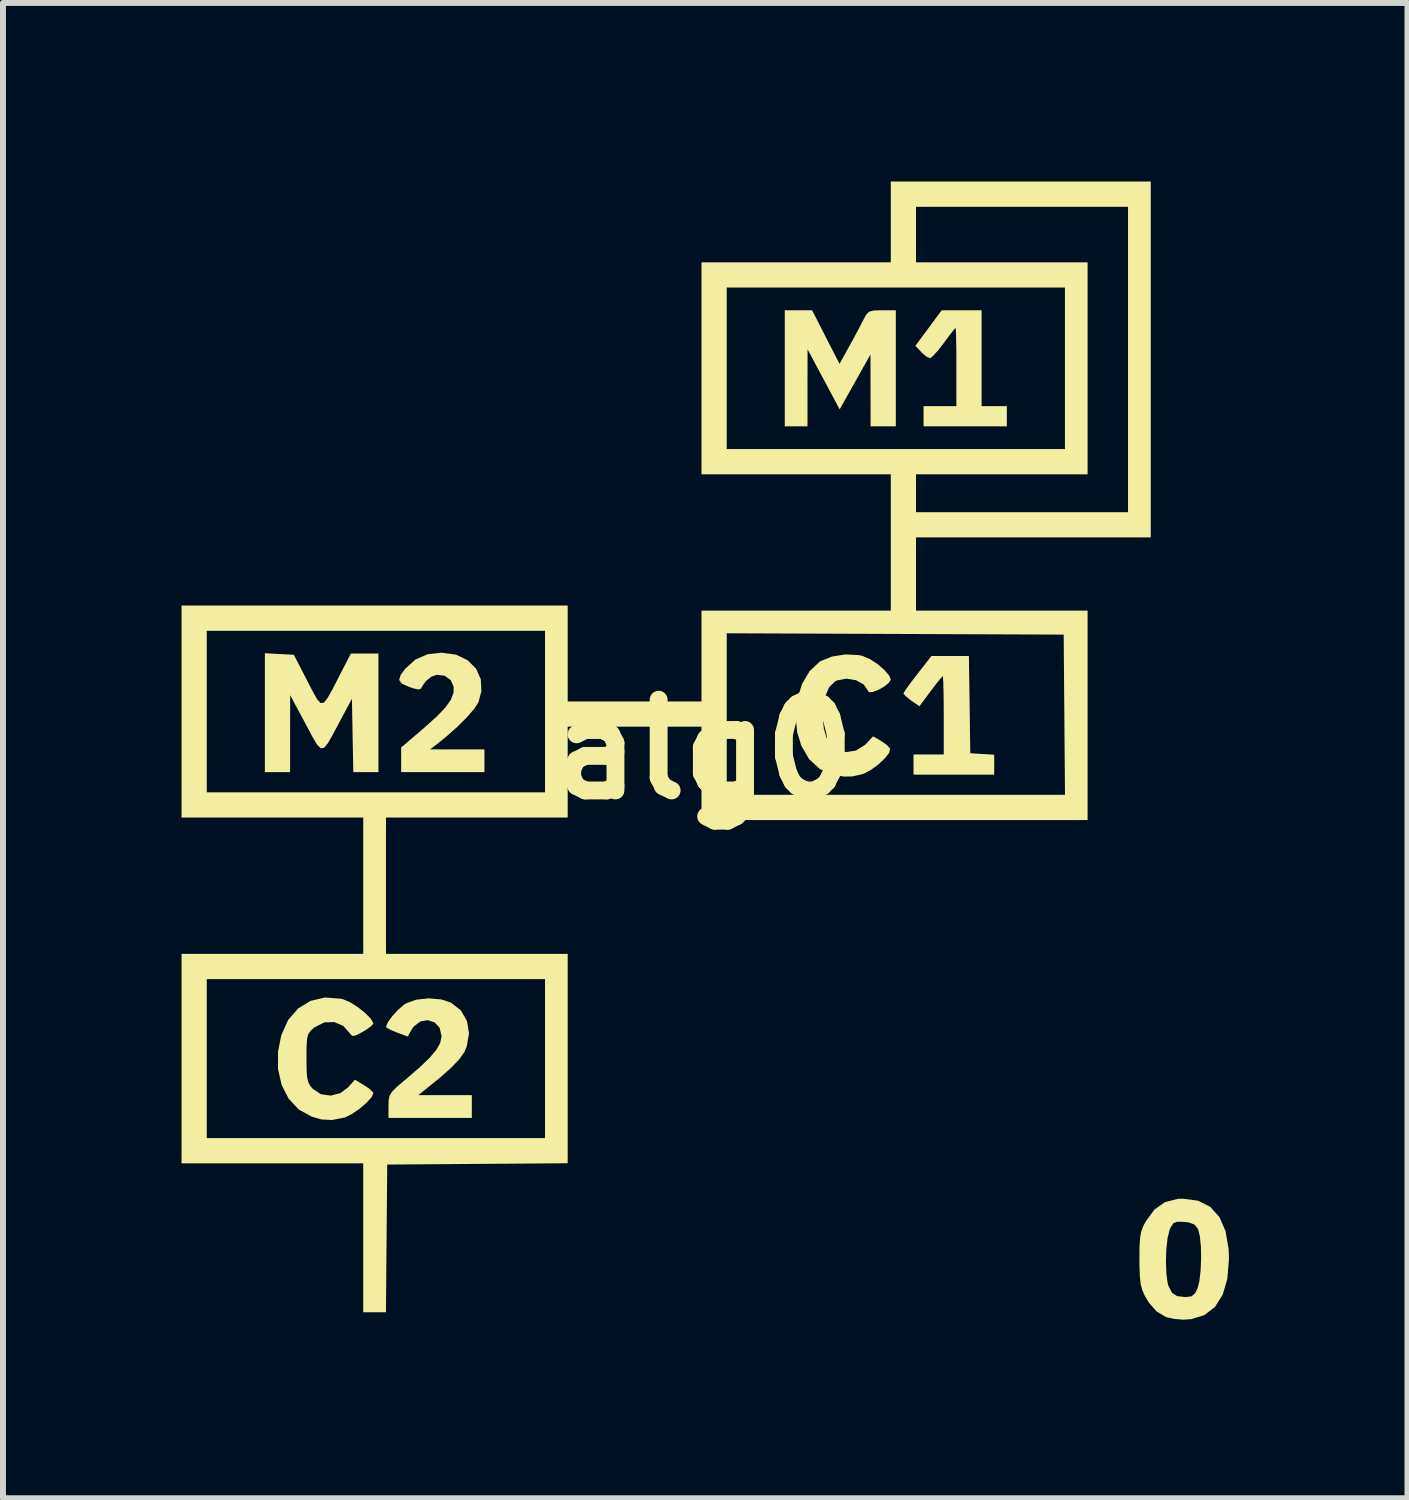
<source format=kicad_pcb>
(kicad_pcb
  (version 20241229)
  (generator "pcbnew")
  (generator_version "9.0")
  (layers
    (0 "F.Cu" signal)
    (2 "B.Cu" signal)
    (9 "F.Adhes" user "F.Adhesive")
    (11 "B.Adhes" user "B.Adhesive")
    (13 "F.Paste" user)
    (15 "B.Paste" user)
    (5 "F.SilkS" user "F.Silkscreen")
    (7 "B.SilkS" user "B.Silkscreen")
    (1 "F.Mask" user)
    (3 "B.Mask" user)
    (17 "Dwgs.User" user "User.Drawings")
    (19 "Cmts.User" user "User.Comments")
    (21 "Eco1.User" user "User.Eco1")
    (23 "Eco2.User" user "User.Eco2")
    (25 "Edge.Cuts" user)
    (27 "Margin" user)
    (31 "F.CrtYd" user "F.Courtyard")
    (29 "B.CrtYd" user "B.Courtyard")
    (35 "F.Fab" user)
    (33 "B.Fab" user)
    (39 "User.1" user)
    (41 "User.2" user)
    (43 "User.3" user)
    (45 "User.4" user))
  (footprint "alg0"
    (layer "F.Cu")
    (at 8.778 9.541)
    (property "Reference" "alg0" (at 0 0 0) (layer "F.SilkS") (effects (font (size 1.524 1.524) (thickness 0.3))))
    (attr board_only exclude_from_pos_files exclude_from_bom)
    (fp_poly (pts (xy 2.046 -6.928) (xy 2.277 -6.478) (xy 2.427 -6.748) (xy 2.518 -6.914) (xy 2.607 -7.081) (xy 2.667 -7.198) (xy 2.723 -7.301) (xy 2.775 -7.355) (xy 2.853 -7.375) (xy 2.986 -7.378) (xy 3.223 -7.378) (xy 3.223 -5.428) (xy 2.799 -5.428) (xy 2.798 -6.032) (xy 2.797 -6.636) (xy 2.538 -6.174) (xy 2.279 -5.713) (xy 2.01 -6.217) (xy 1.74 -6.721) (xy 1.739 -6.074) (xy 1.739 -5.428) (xy 1.357 -5.428) (xy 1.357 -7.378) (xy 1.816 -7.378)) (stroke (width 0) (type solid)) (fill yes) (layer "F.SilkS"))
    (fp_poly (pts (xy 4.664 -5.767) (xy 5.088 -5.767) (xy 5.088 -5.428) (xy 3.689 -5.428) (xy 3.689 -5.767) (xy 4.24 -5.767) (xy 4.24 -6.424) (xy 4.24 -6.649) (xy 4.237 -6.841) (xy 4.234 -6.986) (xy 4.229 -7.068) (xy 4.227 -7.081) (xy 4.197 -7.05) (xy 4.131 -6.966) (xy 4.043 -6.847) (xy 4.028 -6.827) (xy 3.933 -6.704) (xy 3.851 -6.613) (xy 3.799 -6.573) (xy 3.795 -6.573) (xy 3.735 -6.601) (xy 3.655 -6.67) (xy 3.649 -6.677) (xy 3.551 -6.781) (xy 3.772 -7.079) (xy 3.994 -7.378) (xy 4.664 -7.378)) (stroke (width 0) (type solid)) (fill yes) (layer "F.SilkS"))
    (fp_poly (pts (xy 4.474 0.064) (xy 4.675 0.077) (xy 4.876 0.089) (xy 4.876 0.424) (xy 3.52 0.424) (xy 3.52 0.085) (xy 4.028 0.085) (xy 4.028 -0.572) (xy 4.027 -0.798) (xy 4.024 -0.99) (xy 4.02 -1.134) (xy 4.015 -1.216) (xy 4.011 -1.23) (xy 3.98 -1.198) (xy 3.912 -1.115) (xy 3.822 -0.997) (xy 3.807 -0.977) (xy 3.619 -0.725) (xy 3.485 -0.818) (xy 3.399 -0.885) (xy 3.353 -0.933) (xy 3.351 -0.939) (xy 3.375 -0.983) (xy 3.44 -1.076) (xy 3.535 -1.202) (xy 3.586 -1.268) (xy 3.821 -1.569) (xy 4.451 -1.569)) (stroke (width 0) (type solid)) (fill yes) (layer "F.SilkS"))
    (fp_poly (pts (xy -6.891 -1.59) (xy -6.663 -1.148) (xy -6.567 -0.962) (xy -6.497 -0.838) (xy -6.441 -0.779) (xy -6.388 -0.785) (xy -6.327 -0.86) (xy -6.246 -1.003) (xy -6.135 -1.219) (xy -6.126 -1.237) (xy -5.933 -1.611) (xy -5.47 -1.611) (xy -5.47 0.382) (xy -5.892 0.382) (xy -5.904 -0.234) (xy -5.915 -0.851) (xy -6.115 -0.478) (xy -6.232 -0.257) (xy -6.317 -0.107) (xy -6.382 -0.028) (xy -6.438 -0.018) (xy -6.498 -0.076) (xy -6.573 -0.201) (xy -6.675 -0.393) (xy -6.693 -0.427) (xy -6.953 -0.912) (xy -6.954 -0.265) (xy -6.954 0.382) (xy -7.378 0.382) (xy -7.378 -1.616)) (stroke (width 0) (type solid)) (fill yes) (layer "F.SilkS"))
    (fp_poly (pts (xy -4.166 -1.592) (xy -3.972 -1.499) (xy -3.83 -1.358) (xy -3.75 -1.179) (xy -3.74 -0.975) (xy -3.789 -0.794) (xy -3.857 -0.686) (xy -3.98 -0.544) (xy -4.142 -0.382) (xy -4.329 -0.216) (xy -4.452 -0.116) (xy -4.601 -0.001) (xy -3.689 0) (xy -3.689 0.382) (xy -5.088 0.382) (xy -5.088 -0.032) (xy -4.706 -0.359) (xy -4.494 -0.549) (xy -4.345 -0.704) (xy -4.253 -0.834) (xy -4.209 -0.95) (xy -4.206 -1.052) (xy -4.256 -1.166) (xy -4.359 -1.238) (xy -4.486 -1.254) (xy -4.577 -1.224) (xy -4.672 -1.149) (xy -4.725 -1.075) (xy -4.755 -1.022) (xy -4.797 -1.007) (xy -4.879 -1.025) (xy -4.948 -1.048) (xy -5.073 -1.103) (xy -5.122 -1.166) (xy -5.096 -1.252) (xy -5.02 -1.355) (xy -4.846 -1.512) (xy -4.642 -1.6) (xy -4.405 -1.625)) (stroke (width 0) (type solid)) (fill yes) (layer "F.SilkS"))
    (fp_poly (pts (xy -4.416 4.2) (xy -4.249 4.255) (xy -4.084 4.387) (xy -3.982 4.563) (xy -3.948 4.768) (xy -3.985 4.987) (xy -4.028 5.088) (xy -4.109 5.202) (xy -4.245 5.346) (xy -4.42 5.502) (xy -4.457 5.532) (xy -4.8 5.809) (xy -3.901 5.809) (xy -3.901 6.191) (xy -5.301 6.191) (xy -5.301 5.987) (xy -5.298 5.889) (xy -5.282 5.816) (xy -5.239 5.748) (xy -5.158 5.667) (xy -5.025 5.554) (xy -5.003 5.537) (xy -4.773 5.338) (xy -4.606 5.177) (xy -4.495 5.044) (xy -4.432 4.93) (xy -4.41 4.826) (xy -4.41 4.814) (xy -4.443 4.675) (xy -4.527 4.586) (xy -4.641 4.549) (xy -4.764 4.57) (xy -4.874 4.653) (xy -4.909 4.703) (xy -4.978 4.824) (xy -5.161 4.756) (xy -5.269 4.711) (xy -5.334 4.673) (xy -5.343 4.662) (xy -5.314 4.587) (xy -5.24 4.484) (xy -5.142 4.377) (xy -5.042 4.29) (xy -5.009 4.268) (xy -4.837 4.205) (xy -4.627 4.182)) (stroke (width 0) (type solid)) (fill yes) (layer "F.SilkS"))
    (fp_poly (pts (xy 2.601 -1.585) (xy 2.666 -1.57) (xy 2.788 -1.518) (xy 2.918 -1.432) (xy 3.034 -1.332) (xy 3.114 -1.236) (xy 3.138 -1.173) (xy 3.106 -1.119) (xy 3.029 -1.057) (xy 2.931 -1.001) (xy 2.838 -0.965) (xy 2.775 -0.961) (xy 2.764 -0.973) (xy 2.685 -1.089) (xy 2.553 -1.163) (xy 2.395 -1.189) (xy 2.235 -1.159) (xy 2.199 -1.141) (xy 2.103 -1.046) (xy 2.034 -0.886) (xy 1.997 -0.679) (xy 1.993 -0.572) (xy 2.013 -0.349) (xy 2.068 -0.165) (xy 2.152 -0.038) (xy 2.199 -0.003) (xy 2.374 0.046) (xy 2.552 0.02) (xy 2.706 -0.077) (xy 2.718 -0.089) (xy 2.84 -0.22) (xy 2.975 -0.142) (xy 3.069 -0.076) (xy 3.125 -0.016) (xy 3.128 -0.009) (xy 3.11 0.058) (xy 3.039 0.15) (xy 2.932 0.25) (xy 2.809 0.341) (xy 2.689 0.406) (xy 2.649 0.419) (xy 2.488 0.454) (xy 2.346 0.456) (xy 2.176 0.426) (xy 2.168 0.424) (xy 1.947 0.33) (xy 1.768 0.166) (xy 1.635 -0.062) (xy 1.565 -0.289) (xy 1.538 -0.569) (xy 1.567 -0.846) (xy 1.648 -1.1) (xy 1.774 -1.315) (xy 1.94 -1.471) (xy 1.958 -1.483) (xy 2.149 -1.56) (xy 2.376 -1.596)) (stroke (width 0) (type solid)) (fill yes) (layer "F.SilkS"))
    (fp_poly (pts (xy -6.103 4.188) (xy -6.059 4.199) (xy -5.946 4.248) (xy -5.818 4.329) (xy -5.695 4.426) (xy -5.601 4.521) (xy -5.556 4.596) (xy -5.555 4.606) (xy -5.589 4.647) (xy -5.675 4.709) (xy -5.731 4.743) (xy -5.84 4.801) (xy -5.9 4.816) (xy -5.935 4.792) (xy -5.944 4.777) (xy -6.06 4.646) (xy -6.212 4.581) (xy -6.378 4.586) (xy -6.539 4.666) (xy -6.56 4.682) (xy -6.615 4.734) (xy -6.65 4.787) (xy -6.669 4.863) (xy -6.677 4.98) (xy -6.679 5.159) (xy -6.679 5.187) (xy -6.677 5.379) (xy -6.668 5.507) (xy -6.649 5.591) (xy -6.616 5.653) (xy -6.576 5.7) (xy -6.436 5.793) (xy -6.272 5.817) (xy -6.108 5.774) (xy -5.983 5.68) (xy -5.865 5.55) (xy -5.71 5.642) (xy -5.614 5.707) (xy -5.56 5.763) (xy -5.555 5.776) (xy -5.588 5.847) (xy -5.674 5.941) (xy -5.79 6.04) (xy -5.916 6.126) (xy -6.029 6.182) (xy -6.044 6.186) (xy -6.247 6.226) (xy -6.427 6.217) (xy -6.589 6.171) (xy -6.808 6.051) (xy -6.978 5.869) (xy -7.096 5.639) (xy -7.157 5.37) (xy -7.157 5.076) (xy -7.102 4.801) (xy -6.988 4.548) (xy -6.821 4.354) (xy -6.611 4.225) (xy -6.369 4.168)) (stroke (width 0) (type solid)) (fill yes) (layer "F.SilkS"))
    (fp_poly (pts (xy 8.299 7.582) (xy 8.504 7.685) (xy 8.659 7.855) (xy 8.762 8.092) (xy 8.814 8.393) (xy 8.82 8.563) (xy 8.793 8.894) (xy 8.714 9.163) (xy 8.585 9.367) (xy 8.408 9.504) (xy 8.183 9.573) (xy 8.048 9.581) (xy 7.906 9.569) (xy 7.782 9.543) (xy 7.761 9.536) (xy 7.605 9.444) (xy 7.475 9.296) (xy 7.406 9.18) (xy 7.364 9.086) (xy 7.336 8.982) (xy 7.322 8.846) (xy 7.316 8.655) (xy 7.316 8.601) (xy 7.761 8.601) (xy 7.768 8.801) (xy 7.789 8.963) (xy 7.805 9.018) (xy 7.865 9.131) (xy 7.95 9.186) (xy 8.09 9.201) (xy 8.091 9.201) (xy 8.191 9.189) (xy 8.252 9.136) (xy 8.292 9.055) (xy 8.324 8.929) (xy 8.344 8.752) (xy 8.352 8.55) (xy 8.348 8.35) (xy 8.331 8.179) (xy 8.302 8.063) (xy 8.299 8.057) (xy 8.242 7.984) (xy 8.15 7.948) (xy 8.065 7.938) (xy 7.949 7.935) (xy 7.885 7.961) (xy 7.84 8.033) (xy 7.822 8.074) (xy 7.789 8.207) (xy 7.768 8.393) (xy 7.761 8.601) (xy 7.316 8.601) (xy 7.315 8.566) (xy 7.317 8.357) (xy 7.326 8.21) (xy 7.345 8.103) (xy 7.379 8.011) (xy 7.421 7.931) (xy 7.568 7.73) (xy 7.745 7.606) (xy 7.963 7.551) (xy 8.045 7.548)) (stroke (width 0) (type solid)) (fill yes) (layer "F.SilkS"))
    (fp_poly (pts (xy 7.506 -3.562) (xy 3.562 -3.562) (xy 3.562 -2.332) (xy 6.445 -2.332) (xy 6.445 1.187) (xy -0.042 1.187) (xy -0.042 -0.382) (xy -2.29 -0.382) (xy -2.29 1.145) (xy -5.343 1.145) (xy -5.343 3.435) (xy -2.29 3.435) (xy -2.29 6.953) (xy -3.806 6.964) (xy -5.322 6.975) (xy -5.333 8.216) (xy -5.344 9.456) (xy -5.725 9.456) (xy -5.725 6.954) (xy -8.778 6.954) (xy -8.778 6.53) (xy -8.354 6.53) (xy -2.671 6.53) (xy -2.671 3.859) (xy -8.354 3.859) (xy -8.354 6.53) (xy -8.778 6.53) (xy -8.778 3.435) (xy -5.725 3.435) (xy -5.725 1.145) (xy -8.778 1.145) (xy -8.778 0.721) (xy -8.354 0.721) (xy -2.671 0.721) (xy -2.671 -1.993) (xy -8.354 -1.993) (xy -8.354 0.721) (xy -8.778 0.721) (xy -8.778 -2.417) (xy -2.29 -2.417) (xy -2.29 -0.806) (xy -0.042 -0.806) (xy -0.042 -1.951) (xy 0.382 -1.951) (xy 0.382 0.763) (xy 6.065 0.763) (xy 6.054 -0.583) (xy 6.043 -1.929) (xy 3.212 -1.94) (xy 0.382 -1.951) (xy -0.042 -1.951) (xy -0.042 -2.332) (xy 3.138 -2.332) (xy 3.138 -3.986) (xy 3.562 -3.986) (xy 7.124 -3.986) (xy 7.124 -9.117) (xy 3.562 -9.117) (xy 3.562 -8.184) (xy 6.445 -8.184) (xy 6.445 -4.622) (xy 3.562 -4.622) (xy 3.562 -3.986) (xy 3.138 -3.986) (xy 3.138 -4.622) (xy -0.042 -4.622) (xy -0.042 -5.046) (xy 0.382 -5.046) (xy 6.064 -5.046) (xy 6.064 -7.76) (xy 0.382 -7.76) (xy 0.382 -5.046) (xy -0.042 -5.046) (xy -0.042 -8.184) (xy 3.138 -8.184) (xy 3.138 -9.541) (xy 7.506 -9.541)) (stroke (width 0) (type solid)) (fill yes) (layer "F.SilkS")))
  (gr_rect
    (start -3 -3)
    (end 20.597 22.122)
    (stroke (width 0.1) (type default))
    (fill no)
    (layer "Edge.Cuts")))
</source>
